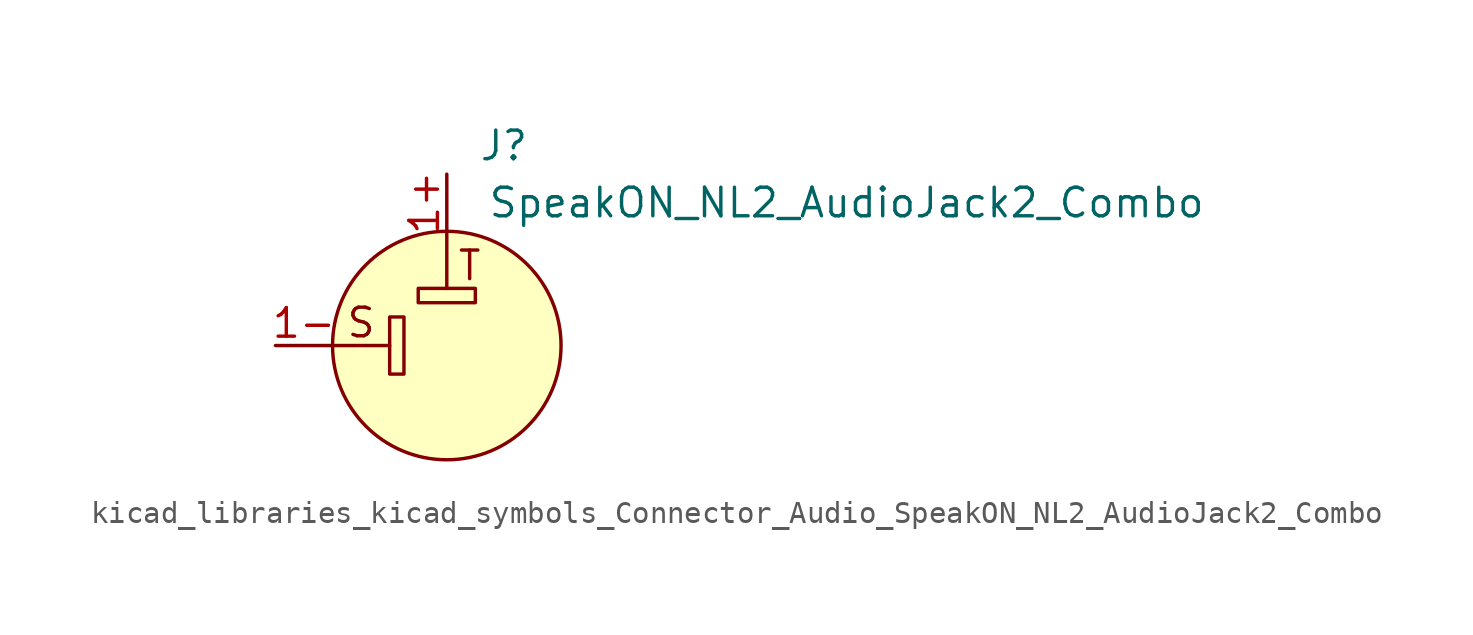
<source format=kicad_sym>
(kicad_symbol_lib
  (version 20220914)
  (generator kicad_symbol_editor)
  (symbol "kicad_libraries_kicad_symbols_Connector_Audio_SpeakON_NL2_AudioJack2_Combo"
    (pin_names hide)
    (property "Reference" "J"
      (at 2.54 8.89 0)
      (effects (font (size 1.27 1.27))))
    (property "Value" "SpeakON_NL2_AudioJack2_Combo"
      (at 17.78 6.35 0)
      (effects (font (size 1.27 1.27))))
    (symbol "kicad_libraries_kicad_symbols_Connector_Audio_SpeakON_NL2_AudioJack2_Combo_0_0"
      (text "S" (at -3.81 1.016 0) (effects (font (size 1.27 1.27))))
      (text "T" (at 1.016 3.556 0) (effects (font (size 1.27 1.27)))))
    (symbol "kicad_libraries_kicad_symbols_Connector_Audio_SpeakON_NL2_AudioJack2_Combo_0_1"
      (rectangle (start -2.54 1.27) (end -1.905 -1.27) (stroke (width 0) (type default)) (fill (type none)))
      (rectangle (start -1.27 2.54) (end 1.27 1.905) (stroke (width 0) (type default)) (fill (type none)))
      (polyline (pts (xy -5.08 0) (xy -2.54 0)) (stroke (width 0) (type default)) (fill (type none)))
      (polyline (pts (xy 0 5.08) (xy 0 2.54)) (stroke (width 0) (type default)) (fill (type none)))
      (circle (center 0 0) (radius 5.08) (stroke (width 0) (type default)) (fill (type background)))
      (pin passive line (at -7.62 0 0) (length 2.54) (name "1-" (effects (font (size 1.27 1.27)))) (number "1-" (effects (font (size 1.27 1.27))))))
    (symbol "kicad_libraries_kicad_symbols_Connector_Audio_SpeakON_NL2_AudioJack2_Combo_1_1"
      (pin passive line (at 0 7.62 270) (length 2.54) (name "1+" (effects (font (size 1.27 1.27)))) (number "1+" (effects (font (size 1.27 1.27))))))))
</source>
